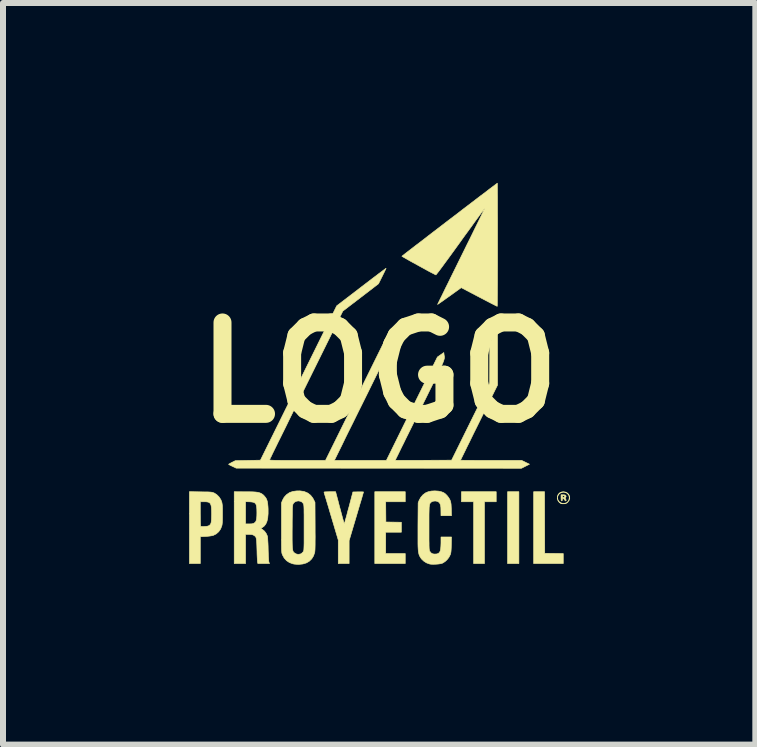
<source format=kicad_pcb>
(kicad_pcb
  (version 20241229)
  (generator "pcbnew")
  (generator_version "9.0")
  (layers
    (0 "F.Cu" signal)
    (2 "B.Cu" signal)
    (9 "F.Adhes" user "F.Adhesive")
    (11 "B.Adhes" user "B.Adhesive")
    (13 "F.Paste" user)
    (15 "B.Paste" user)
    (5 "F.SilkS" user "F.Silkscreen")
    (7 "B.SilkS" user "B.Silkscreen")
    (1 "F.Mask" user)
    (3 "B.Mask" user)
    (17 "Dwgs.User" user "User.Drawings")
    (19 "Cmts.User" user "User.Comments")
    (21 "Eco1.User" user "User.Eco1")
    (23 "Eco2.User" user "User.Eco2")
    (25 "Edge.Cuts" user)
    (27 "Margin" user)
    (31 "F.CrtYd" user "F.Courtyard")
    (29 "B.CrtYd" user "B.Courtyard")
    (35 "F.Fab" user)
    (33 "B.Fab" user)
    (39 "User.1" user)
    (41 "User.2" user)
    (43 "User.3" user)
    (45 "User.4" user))
  (footprint "LOGO"
    (layer "F.Cu")
    (at 3.273 3.162)
    (property "Reference" "LOGO" (at 0 0 0) (layer "F.SilkS") (effects (font (size 1.524 1.524) (thickness 0.3))))
    (attr through_hole)
    (fp_poly (pts (xy 2.33 3.186) (xy 2.141 3.186) (xy 2.141 1.988) (xy 2.33 1.988) (xy 2.33 3.186)) (stroke (width 0.01) (type solid)) (fill yes) (layer "F.SilkS"))
    (fp_poly (pts (xy 2.761 3.015) (xy 2.916 3.017) (xy 3.07 3.019) (xy 3.07 3.186) (xy 2.576 3.186) (xy 2.576 1.988) (xy 2.758 1.988) (xy 2.761 3.015)) (stroke (width 0.01) (type solid)) (fill yes) (layer "F.SilkS"))
    (fp_poly (pts (xy 1.952 2.155) (xy 1.756 2.155) (xy 1.756 3.186) (xy 1.575 3.186) (xy 1.575 2.155) (xy 1.372 2.155) (xy 1.372 1.988) (xy 1.952 1.988) (xy 1.952 2.155)) (stroke (width 0.01) (type solid)) (fill yes) (layer "F.SilkS"))
    (fp_poly (pts (xy 0.435 2.155) (xy 0.109 2.155) (xy 0.112 2.493) (xy 0.241 2.495) (xy 0.37 2.497) (xy 0.37 2.663) (xy 0.109 2.663) (xy 0.109 3.019) (xy 0.435 3.019) (xy 0.435 3.186) (xy -0.073 3.186) (xy -0.073 1.988) (xy 0.435 1.988) (xy 0.435 2.155)) (stroke (width 0.01) (type solid)) (fill yes) (layer "F.SilkS"))
    (fp_poly (pts (xy 3.093 2.041) (xy 3.106 2.045) (xy 3.114 2.054) (xy 3.118 2.069) (xy 3.11 2.082) (xy 3.104 2.095) (xy 3.105 2.101) (xy 3.112 2.113) (xy 3.117 2.125) (xy 3.117 2.138) (xy 3.111 2.141) (xy 3.101 2.136) (xy 3.091 2.122) (xy 3.09 2.121) (xy 3.079 2.106) (xy 3.068 2.099) (xy 3.059 2.1) (xy 3.055 2.112) (xy 3.055 2.119) (xy 3.052 2.136) (xy 3.044 2.141) (xy 3.038 2.138) (xy 3.035 2.127) (xy 3.034 2.106) (xy 3.033 2.09) (xy 3.033 2.068) (xy 3.055 2.068) (xy 3.06 2.08) (xy 3.073 2.083) (xy 3.088 2.079) (xy 3.092 2.068) (xy 3.087 2.057) (xy 3.073 2.054) (xy 3.059 2.057) (xy 3.055 2.068) (xy 3.033 2.068) (xy 3.033 2.039) (xy 3.07 2.039) (xy 3.093 2.041)) (stroke (width 0.01) (type solid)) (fill yes) (layer "F.SilkS"))
    (fp_poly (pts (xy 3.111 1.995) (xy 3.141 2.011) (xy 3.163 2.035) (xy 3.176 2.065) (xy 3.178 2.098) (xy 3.169 2.13) (xy 3.147 2.161) (xy 3.147 2.161) (xy 3.129 2.177) (xy 3.111 2.185) (xy 3.087 2.189) (xy 3.083 2.189) (xy 3.058 2.189) (xy 3.037 2.187) (xy 3.03 2.185) (xy 3.003 2.166) (xy 2.982 2.138) (xy 2.971 2.106) (xy 2.97 2.103) (xy 2.971 2.089) (xy 2.975 2.089) (xy 2.982 2.123) (xy 2.999 2.151) (xy 3.025 2.171) (xy 3.056 2.183) (xy 3.089 2.183) (xy 3.123 2.172) (xy 3.126 2.17) (xy 3.152 2.147) (xy 3.166 2.116) (xy 3.17 2.083) (xy 3.162 2.05) (xy 3.157 2.041) (xy 3.134 2.016) (xy 3.106 2.001) (xy 3.075 1.996) (xy 3.044 2.001) (xy 3.016 2.014) (xy 2.993 2.035) (xy 2.979 2.064) (xy 2.975 2.089) (xy 2.971 2.089) (xy 2.972 2.064) (xy 2.986 2.031) (xy 3.011 2.006) (xy 3.044 1.992) (xy 3.073 1.988) (xy 3.111 1.995)) (stroke (width 0.01) (type solid)) (fill yes) (layer "F.SilkS"))
    (fp_poly (pts (xy -0.72 2.012) (xy -0.717 2.024) (xy -0.71 2.049) (xy -0.701 2.084) (xy -0.689 2.128) (xy -0.676 2.179) (xy -0.662 2.234) (xy -0.649 2.28) (xy -0.634 2.337) (xy -0.62 2.389) (xy -0.608 2.435) (xy -0.597 2.472) (xy -0.589 2.5) (xy -0.583 2.517) (xy -0.581 2.521) (xy -0.578 2.514) (xy -0.572 2.493) (xy -0.564 2.462) (xy -0.552 2.422) (xy -0.539 2.374) (xy -0.525 2.319) (xy -0.509 2.26) (xy -0.507 2.255) (xy -0.438 1.992) (xy -0.35 1.99) (xy -0.316 1.99) (xy -0.288 1.99) (xy -0.269 1.991) (xy -0.261 1.992) (xy -0.261 1.992) (xy -0.263 2) (xy -0.269 2.02) (xy -0.278 2.051) (xy -0.29 2.093) (xy -0.305 2.144) (xy -0.323 2.202) (xy -0.342 2.267) (xy -0.363 2.338) (xy -0.381 2.399) (xy -0.501 2.803) (xy -0.501 3.186) (xy -0.682 3.186) (xy -0.682 2.794) (xy -0.799 2.401) (xy -0.821 2.328) (xy -0.841 2.259) (xy -0.86 2.196) (xy -0.877 2.139) (xy -0.892 2.09) (xy -0.904 2.05) (xy -0.913 2.021) (xy -0.918 2.003) (xy -0.919 1.998) (xy -0.918 1.994) (xy -0.91 1.991) (xy -0.893 1.99) (xy -0.866 1.989) (xy -0.826 1.988) (xy -0.726 1.988) (xy -0.72 2.012)) (stroke (width 0.01) (type solid)) (fill yes) (layer "F.SilkS"))
    (fp_poly (pts (xy -2.977 1.99) (xy -2.92 1.991) (xy -2.875 1.991) (xy -2.841 1.992) (xy -2.815 1.994) (xy -2.796 1.996) (xy -2.781 1.999) (xy -2.769 2.003) (xy -2.757 2.007) (xy -2.752 2.009) (xy -2.709 2.036) (xy -2.671 2.074) (xy -2.641 2.119) (xy -2.627 2.153) (xy -2.622 2.171) (xy -2.619 2.189) (xy -2.616 2.21) (xy -2.614 2.236) (xy -2.613 2.27) (xy -2.613 2.314) (xy -2.613 2.358) (xy -2.613 2.42) (xy -2.614 2.469) (xy -2.616 2.507) (xy -2.619 2.535) (xy -2.623 2.554) (xy -2.644 2.609) (xy -2.676 2.655) (xy -2.717 2.691) (xy -2.766 2.716) (xy -2.774 2.718) (xy -2.797 2.723) (xy -2.83 2.728) (xy -2.868 2.732) (xy -2.897 2.734) (xy -2.983 2.738) (xy -2.983 3.186) (xy -3.164 3.186) (xy -3.164 2.155) (xy -2.983 2.155) (xy -2.983 2.357) (xy -2.982 2.41) (xy -2.982 2.458) (xy -2.981 2.5) (xy -2.98 2.532) (xy -2.979 2.555) (xy -2.977 2.565) (xy -2.977 2.565) (xy -2.968 2.567) (xy -2.948 2.568) (xy -2.921 2.568) (xy -2.912 2.567) (xy -2.877 2.565) (xy -2.853 2.56) (xy -2.836 2.552) (xy -2.832 2.55) (xy -2.82 2.539) (xy -2.81 2.525) (xy -2.803 2.506) (xy -2.799 2.48) (xy -2.796 2.445) (xy -2.795 2.399) (xy -2.794 2.361) (xy -2.795 2.3) (xy -2.797 2.253) (xy -2.803 2.218) (xy -2.812 2.192) (xy -2.826 2.174) (xy -2.845 2.163) (xy -2.872 2.157) (xy -2.906 2.155) (xy -2.921 2.155) (xy -2.983 2.155) (xy -3.164 2.155) (xy -3.164 1.987) (xy -2.977 1.99)) (stroke (width 0.01) (type solid)) (fill yes) (layer "F.SilkS"))
    (fp_poly (pts (xy -2.237 1.989) (xy -2.167 1.989) (xy -2.109 1.99) (xy -2.062 1.993) (xy -2.024 1.998) (xy -1.994 2.006) (xy -1.969 2.016) (xy -1.948 2.029) (xy -1.928 2.045) (xy -1.911 2.064) (xy -1.891 2.089) (xy -1.876 2.116) (xy -1.866 2.148) (xy -1.859 2.187) (xy -1.854 2.236) (xy -1.852 2.276) (xy -1.852 2.356) (xy -1.858 2.423) (xy -1.87 2.479) (xy -1.889 2.524) (xy -1.914 2.558) (xy -1.947 2.584) (xy -1.955 2.588) (xy -1.975 2.599) (xy -1.943 2.62) (xy -1.911 2.647) (xy -1.884 2.684) (xy -1.864 2.728) (xy -1.864 2.73) (xy -1.861 2.743) (xy -1.859 2.769) (xy -1.857 2.805) (xy -1.854 2.849) (xy -1.852 2.899) (xy -1.851 2.95) (xy -1.849 3.011) (xy -1.847 3.064) (xy -1.844 3.108) (xy -1.842 3.141) (xy -1.839 3.161) (xy -1.837 3.166) (xy -1.829 3.186) (xy -2.023 3.186) (xy -2.029 3.156) (xy -2.03 3.14) (xy -2.032 3.112) (xy -2.034 3.075) (xy -2.036 3.03) (xy -2.037 2.981) (xy -2.038 2.947) (xy -2.04 2.887) (xy -2.042 2.84) (xy -2.044 2.804) (xy -2.048 2.777) (xy -2.052 2.757) (xy -2.059 2.742) (xy -2.068 2.731) (xy -2.08 2.722) (xy -2.092 2.714) (xy -2.11 2.706) (xy -2.133 2.701) (xy -2.165 2.7) (xy -2.172 2.7) (xy -2.228 2.7) (xy -2.228 3.186) (xy -2.417 3.186) (xy -2.417 2.525) (xy -2.228 2.525) (xy -2.17 2.525) (xy -2.128 2.524) (xy -2.098 2.518) (xy -2.09 2.514) (xy -2.072 2.502) (xy -2.058 2.486) (xy -2.049 2.463) (xy -2.043 2.433) (xy -2.04 2.391) (xy -2.039 2.34) (xy -2.04 2.285) (xy -2.043 2.241) (xy -2.05 2.209) (xy -2.061 2.187) (xy -2.078 2.172) (xy -2.101 2.163) (xy -2.133 2.158) (xy -2.16 2.156) (xy -2.228 2.154) (xy -2.228 2.525) (xy -2.417 2.525) (xy -2.417 1.988) (xy -2.237 1.989)) (stroke (width 0.01) (type solid)) (fill yes) (layer "F.SilkS"))
    (fp_poly (pts (xy 0.988 1.978) (xy 1.042 1.99) (xy 1.078 2.005) (xy 1.106 2.025) (xy 1.134 2.054) (xy 1.16 2.088) (xy 1.18 2.123) (xy 1.183 2.13) (xy 1.19 2.15) (xy 1.195 2.171) (xy 1.199 2.196) (xy 1.201 2.228) (xy 1.203 2.271) (xy 1.203 2.281) (xy 1.206 2.388) (xy 1.031 2.388) (xy 1.03 2.306) (xy 1.029 2.255) (xy 1.024 2.216) (xy 1.014 2.187) (xy 1 2.167) (xy 0.98 2.153) (xy 0.975 2.151) (xy 0.945 2.143) (xy 0.913 2.144) (xy 0.884 2.151) (xy 0.87 2.16) (xy 0.861 2.168) (xy 0.854 2.175) (xy 0.848 2.183) (xy 0.843 2.194) (xy 0.84 2.207) (xy 0.837 2.226) (xy 0.834 2.25) (xy 0.833 2.281) (xy 0.832 2.321) (xy 0.831 2.37) (xy 0.831 2.43) (xy 0.831 2.502) (xy 0.831 2.587) (xy 0.831 2.671) (xy 0.831 2.741) (xy 0.831 2.799) (xy 0.832 2.846) (xy 0.832 2.884) (xy 0.833 2.913) (xy 0.834 2.935) (xy 0.836 2.952) (xy 0.838 2.964) (xy 0.84 2.972) (xy 0.843 2.979) (xy 0.844 2.981) (xy 0.865 3.008) (xy 0.893 3.024) (xy 0.927 3.028) (xy 0.959 3.026) (xy 0.985 3.018) (xy 1.003 3.003) (xy 1.017 2.979) (xy 1.025 2.944) (xy 1.029 2.898) (xy 1.031 2.845) (xy 1.031 2.743) (xy 1.206 2.743) (xy 1.203 2.872) (xy 1.202 2.92) (xy 1.2 2.956) (xy 1.198 2.984) (xy 1.195 3.005) (xy 1.191 3.023) (xy 1.185 3.04) (xy 1.183 3.044) (xy 1.162 3.084) (xy 1.132 3.122) (xy 1.097 3.154) (xy 1.06 3.177) (xy 1.049 3.182) (xy 1.021 3.189) (xy 0.984 3.194) (xy 0.943 3.197) (xy 0.901 3.198) (xy 0.865 3.197) (xy 0.84 3.193) (xy 0.788 3.174) (xy 0.742 3.144) (xy 0.703 3.106) (xy 0.676 3.063) (xy 0.675 3.06) (xy 0.668 3.044) (xy 0.663 3.029) (xy 0.659 3.011) (xy 0.655 2.991) (xy 0.652 2.967) (xy 0.65 2.937) (xy 0.648 2.9) (xy 0.647 2.856) (xy 0.647 2.802) (xy 0.647 2.738) (xy 0.647 2.661) (xy 0.647 2.572) (xy 0.647 2.558) (xy 0.65 2.174) (xy 0.667 2.13) (xy 0.694 2.082) (xy 0.73 2.04) (xy 0.774 2.007) (xy 0.816 1.989) (xy 0.871 1.977) (xy 0.929 1.974) (xy 0.988 1.978)) (stroke (width 0.01) (type solid)) (fill yes) (layer "F.SilkS"))
    (fp_poly (pts (xy -1.264 1.982) (xy -1.242 1.988) (xy -1.189 2.011) (xy -1.143 2.047) (xy -1.107 2.093) (xy -1.092 2.121) (xy -1.07 2.166) (xy -1.068 2.562) (xy -1.068 2.658) (xy -1.067 2.741) (xy -1.068 2.811) (xy -1.068 2.869) (xy -1.069 2.915) (xy -1.07 2.951) (xy -1.072 2.977) (xy -1.074 2.994) (xy -1.074 2.997) (xy -1.094 3.057) (xy -1.124 3.106) (xy -1.164 3.146) (xy -1.213 3.175) (xy -1.272 3.193) (xy -1.339 3.2) (xy -1.35 3.2) (xy -1.383 3.198) (xy -1.417 3.195) (xy -1.441 3.19) (xy -1.497 3.169) (xy -1.545 3.137) (xy -1.584 3.094) (xy -1.613 3.041) (xy -1.616 3.033) (xy -1.619 3.024) (xy -1.622 3.014) (xy -1.624 3.002) (xy -1.625 2.987) (xy -1.627 2.967) (xy -1.628 2.941) (xy -1.628 2.907) (xy -1.629 2.866) (xy -1.629 2.814) (xy -1.629 2.752) (xy -1.629 2.728) (xy -1.451 2.728) (xy -1.451 2.791) (xy -1.45 2.842) (xy -1.449 2.884) (xy -1.447 2.918) (xy -1.444 2.944) (xy -1.441 2.963) (xy -1.437 2.978) (xy -1.431 2.99) (xy -1.425 2.998) (xy -1.42 3.003) (xy -1.388 3.024) (xy -1.352 3.033) (xy -1.315 3.027) (xy -1.303 3.022) (xy -1.284 3.008) (xy -1.267 2.989) (xy -1.266 2.988) (xy -1.263 2.982) (xy -1.26 2.976) (xy -1.258 2.967) (xy -1.256 2.954) (xy -1.255 2.937) (xy -1.254 2.914) (xy -1.253 2.884) (xy -1.252 2.845) (xy -1.252 2.797) (xy -1.252 2.738) (xy -1.252 2.667) (xy -1.252 2.587) (xy -1.252 2.503) (xy -1.252 2.432) (xy -1.252 2.374) (xy -1.253 2.326) (xy -1.253 2.287) (xy -1.254 2.257) (xy -1.255 2.234) (xy -1.257 2.217) (xy -1.258 2.205) (xy -1.261 2.196) (xy -1.263 2.189) (xy -1.265 2.186) (xy -1.286 2.161) (xy -1.314 2.147) (xy -1.346 2.141) (xy -1.378 2.146) (xy -1.407 2.159) (xy -1.43 2.182) (xy -1.435 2.19) (xy -1.438 2.197) (xy -1.44 2.206) (xy -1.442 2.218) (xy -1.444 2.234) (xy -1.446 2.255) (xy -1.447 2.283) (xy -1.448 2.319) (xy -1.448 2.365) (xy -1.449 2.421) (xy -1.45 2.489) (xy -1.45 2.565) (xy -1.451 2.653) (xy -1.451 2.728) (xy -1.629 2.728) (xy -1.629 2.678) (xy -1.629 2.591) (xy -1.629 2.174) (xy -1.613 2.132) (xy -1.585 2.081) (xy -1.546 2.038) (xy -1.5 2.006) (xy -1.486 1.999) (xy -1.437 1.983) (xy -1.38 1.975) (xy -1.321 1.974) (xy -1.264 1.982)) (stroke (width 0.01) (type solid)) (fill yes) (layer "F.SilkS"))
    (fp_poly (pts (xy 1.971 -3.15) (xy 1.971 -3.129) (xy 1.971 -3.095) (xy 1.972 -3.049) (xy 1.972 -2.992) (xy 1.973 -2.925) (xy 1.973 -2.848) (xy 1.973 -2.762) (xy 1.973 -2.668) (xy 1.974 -2.567) (xy 1.974 -2.46) (xy 1.974 -2.347) (xy 1.974 -2.229) (xy 1.974 -2.13) (xy 1.974 -2.009) (xy 1.974 -1.892) (xy 1.974 -1.78) (xy 1.973 -1.674) (xy 1.973 -1.574) (xy 1.973 -1.482) (xy 1.972 -1.398) (xy 1.972 -1.322) (xy 1.971 -1.257) (xy 1.971 -1.202) (xy 1.97 -1.158) (xy 1.97 -1.126) (xy 1.969 -1.108) (xy 1.968 -1.103) (xy 1.961 -1.107) (xy 1.942 -1.116) (xy 1.913 -1.131) (xy 1.875 -1.15) (xy 1.829 -1.174) (xy 1.777 -1.201) (xy 1.72 -1.231) (xy 1.666 -1.259) (xy 1.369 -1.415) (xy 1.173 -1.274) (xy 1.126 -1.241) (xy 1.083 -1.21) (xy 1.045 -1.183) (xy 1.014 -1.162) (xy 0.991 -1.146) (xy 0.978 -1.137) (xy 0.974 -1.135) (xy 0.977 -1.142) (xy 0.986 -1.16) (xy 1.001 -1.191) (xy 1.021 -1.232) (xy 1.046 -1.282) (xy 1.075 -1.342) (xy 1.108 -1.41) (xy 1.146 -1.486) (xy 1.186 -1.568) (xy 1.23 -1.657) (xy 1.276 -1.75) (xy 1.324 -1.848) (xy 1.368 -1.937) (xy 1.418 -2.038) (xy 1.466 -2.136) (xy 1.512 -2.228) (xy 1.555 -2.316) (xy 1.595 -2.398) (xy 1.632 -2.473) (xy 1.665 -2.54) (xy 1.694 -2.599) (xy 1.718 -2.648) (xy 1.737 -2.688) (xy 1.751 -2.717) (xy 1.76 -2.735) (xy 1.762 -2.74) (xy 1.757 -2.735) (xy 1.745 -2.718) (xy 1.725 -2.692) (xy 1.699 -2.656) (xy 1.666 -2.611) (xy 1.628 -2.559) (xy 1.585 -2.5) (xy 1.538 -2.434) (xy 1.487 -2.364) (xy 1.432 -2.289) (xy 1.375 -2.21) (xy 1.357 -2.184) (xy 1.299 -2.104) (xy 1.244 -2.028) (xy 1.191 -1.955) (xy 1.142 -1.888) (xy 1.097 -1.827) (xy 1.057 -1.772) (xy 1.022 -1.725) (xy 0.993 -1.686) (xy 0.97 -1.657) (xy 0.954 -1.637) (xy 0.947 -1.628) (xy 0.946 -1.628) (xy 0.937 -1.632) (xy 0.917 -1.642) (xy 0.888 -1.657) (xy 0.851 -1.676) (xy 0.808 -1.699) (xy 0.761 -1.725) (xy 0.71 -1.753) (xy 0.659 -1.781) (xy 0.607 -1.81) (xy 0.557 -1.837) (xy 0.51 -1.863) (xy 0.468 -1.887) (xy 0.433 -1.907) (xy 0.405 -1.923) (xy 0.387 -1.934) (xy 0.379 -1.939) (xy 0.379 -1.939) (xy 0.385 -1.944) (xy 0.402 -1.957) (xy 0.428 -1.978) (xy 0.464 -2.006) (xy 0.508 -2.04) (xy 0.559 -2.079) (xy 0.617 -2.124) (xy 0.682 -2.173) (xy 0.751 -2.226) (xy 0.824 -2.283) (xy 0.901 -2.342) (xy 0.981 -2.403) (xy 1.063 -2.466) (xy 1.145 -2.529) (xy 1.228 -2.592) (xy 1.311 -2.655) (xy 1.392 -2.718) (xy 1.471 -2.778) (xy 1.547 -2.836) (xy 1.619 -2.891) (xy 1.687 -2.943) (xy 1.75 -2.99) (xy 1.806 -3.033) (xy 1.855 -3.071) (xy 1.897 -3.102) (xy 1.93 -3.127) (xy 1.954 -3.145) (xy 1.967 -3.155) (xy 1.97 -3.157) (xy 1.971 -3.15)) (stroke (width 0.01) (type solid)) (fill yes) (layer "F.SilkS"))
    (fp_poly (pts (xy 0.112 -1.731) (xy 0.104 -1.714) (xy 0.092 -1.687) (xy 0.075 -1.653) (xy 0.056 -1.614) (xy 0.053 -1.608) (xy -0.011 -1.48) (xy -0.308 -1.252) (xy -0.606 -1.024) (xy -1.216 0.21) (xy -1.278 0.336) (xy -1.338 0.459) (xy -1.397 0.577) (xy -1.453 0.691) (xy -1.506 0.799) (xy -1.556 0.902) (xy -1.603 0.997) (xy -1.647 1.086) (xy -1.687 1.166) (xy -1.722 1.238) (xy -1.753 1.301) (xy -1.779 1.354) (xy -1.799 1.397) (xy -1.815 1.428) (xy -1.824 1.448) (xy -1.828 1.456) (xy -1.826 1.458) (xy -1.822 1.459) (xy -1.812 1.461) (xy -1.796 1.462) (xy -1.774 1.463) (xy -1.744 1.464) (xy -1.705 1.465) (xy -1.657 1.465) (xy -1.597 1.466) (xy -1.526 1.466) (xy -1.442 1.466) (xy -1.362 1.466) (xy -0.895 1.466) (xy 0.165 -0.679) (xy 0.274 -0.755) (xy 0.279 -0.688) (xy 0.284 -0.62) (xy -0.131 0.218) (xy -0.184 0.326) (xy -0.237 0.433) (xy -0.289 0.538) (xy -0.34 0.64) (xy -0.389 0.739) (xy -0.435 0.833) (xy -0.479 0.921) (xy -0.519 1.001) (xy -0.555 1.074) (xy -0.586 1.138) (xy -0.612 1.192) (xy -0.633 1.235) (xy -0.646 1.261) (xy -0.747 1.466) (xy -0.313 1.466) (xy 0.12 1.466) (xy 0.545 0.604) (xy 0.971 -0.258) (xy 1.024 -0.295) (xy 1.078 -0.333) (xy 1.082 -0.299) (xy 1.084 -0.286) (xy 1.086 -0.276) (xy 1.088 -0.265) (xy 1.088 -0.255) (xy 1.088 -0.244) (xy 1.086 -0.232) (xy 1.082 -0.217) (xy 1.077 -0.199) (xy 1.069 -0.178) (xy 1.059 -0.152) (xy 1.045 -0.121) (xy 1.029 -0.085) (xy 1.008 -0.042) (xy 0.984 0.009) (xy 0.956 0.067) (xy 0.923 0.134) (xy 0.886 0.211) (xy 0.843 0.297) (xy 0.795 0.395) (xy 0.741 0.504) (xy 0.681 0.625) (xy 0.679 0.63) (xy 0.628 0.733) (xy 0.579 0.832) (xy 0.532 0.927) (xy 0.488 1.016) (xy 0.446 1.1) (xy 0.409 1.177) (xy 0.374 1.246) (xy 0.344 1.308) (xy 0.319 1.36) (xy 0.298 1.402) (xy 0.282 1.434) (xy 0.272 1.454) (xy 0.269 1.463) (xy 0.269 1.463) (xy 0.276 1.463) (xy 0.296 1.464) (xy 0.328 1.464) (xy 0.372 1.464) (xy 0.425 1.465) (xy 0.486 1.465) (xy 0.555 1.465) (xy 0.63 1.465) (xy 0.71 1.464) (xy 0.738 1.464) (xy 1.208 1.462) (xy 1.525 0.82) (xy 1.843 0.178) (xy 1.844 -0.156) (xy 1.844 -0.49) (xy 1.973 -0.744) (xy 1.974 0.209) (xy 1.666 0.833) (xy 1.622 0.922) (xy 1.579 1.008) (xy 1.54 1.088) (xy 1.503 1.164) (xy 1.469 1.232) (xy 1.439 1.294) (xy 1.413 1.347) (xy 1.391 1.392) (xy 1.374 1.426) (xy 1.363 1.449) (xy 1.358 1.461) (xy 1.357 1.462) (xy 1.364 1.463) (xy 1.385 1.463) (xy 1.417 1.464) (xy 1.461 1.464) (xy 1.514 1.465) (xy 1.577 1.465) (xy 1.646 1.466) (xy 1.723 1.466) (xy 1.804 1.466) (xy 1.867 1.466) (xy 2.377 1.466) (xy 2.442 1.498) (xy 2.507 1.529) (xy 2.44 1.563) (xy 2.373 1.597) (xy -0.005 1.596) (xy -2.384 1.595) (xy -2.447 1.565) (xy -2.474 1.552) (xy -2.496 1.541) (xy -2.509 1.533) (xy -2.511 1.531) (xy -2.505 1.526) (xy -2.489 1.517) (xy -2.466 1.504) (xy -2.455 1.498) (xy -2.398 1.47) (xy -2.189 1.466) (xy -1.98 1.462) (xy -1.344 0.175) (xy -0.708 -1.112) (xy -0.298 -1.426) (xy -0.23 -1.478) (xy -0.166 -1.527) (xy -0.106 -1.573) (xy -0.051 -1.614) (xy -0.003 -1.651) (xy 0.039 -1.682) (xy 0.072 -1.707) (xy 0.096 -1.725) (xy 0.111 -1.736) (xy 0.115 -1.738) (xy 0.112 -1.731)) (stroke (width 0.01) (type solid)) (fill yes) (layer "F.SilkS")))
  (gr_rect
    (start -3 -3)
    (end 9.546 9.367)
    (stroke (width 0.1) (type default))
    (fill no)
    (layer "Edge.Cuts")))
</source>
